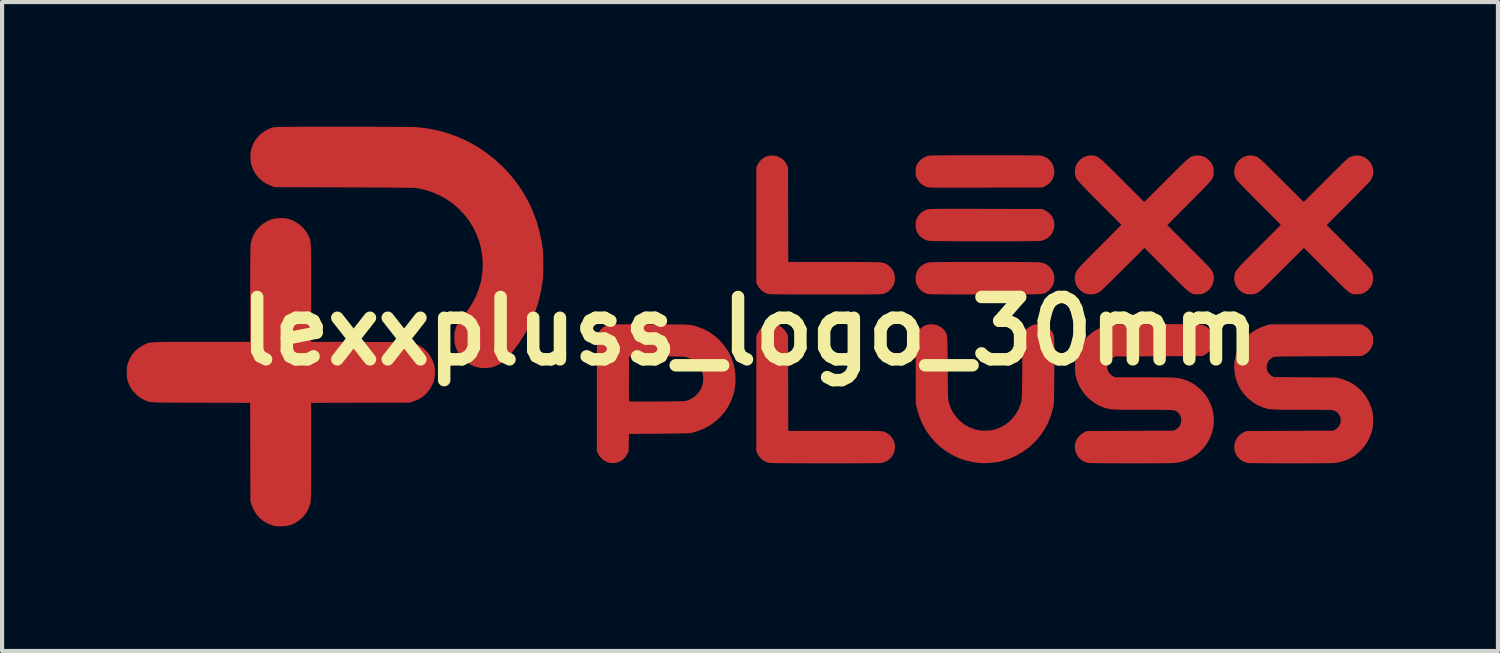
<source format=kicad_pcb>
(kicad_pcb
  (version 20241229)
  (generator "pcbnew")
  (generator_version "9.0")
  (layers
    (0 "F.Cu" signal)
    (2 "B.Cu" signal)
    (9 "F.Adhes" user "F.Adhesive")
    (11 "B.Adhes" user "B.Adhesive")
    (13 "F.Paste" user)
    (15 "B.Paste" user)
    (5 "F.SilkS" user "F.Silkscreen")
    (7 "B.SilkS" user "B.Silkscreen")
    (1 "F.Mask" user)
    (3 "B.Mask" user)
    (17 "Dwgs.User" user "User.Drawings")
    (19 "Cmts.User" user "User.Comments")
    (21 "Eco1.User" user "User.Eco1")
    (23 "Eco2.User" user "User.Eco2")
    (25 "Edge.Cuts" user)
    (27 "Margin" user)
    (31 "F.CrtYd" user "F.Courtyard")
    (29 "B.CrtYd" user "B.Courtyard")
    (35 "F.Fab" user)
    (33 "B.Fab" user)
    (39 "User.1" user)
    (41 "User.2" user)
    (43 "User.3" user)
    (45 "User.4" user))
  (footprint "lexxpluss_logo_30mm"
    (layer "F.Cu")
    (at 14.995 4.918)
    (property "Reference" "lexxpluss_logo_30mm" (at 0 0 0) (layer "F.SilkS") (effects (font (size 1.5 1.5) (thickness 0.3))))
    (attr board_only exclude_from_pos_files exclude_from_bom)
    (fp_poly (pts (xy 5.034 -2.943) (xy 5.174 -2.943) (xy 5.331 -2.943) (xy 5.506 -2.943) (xy 5.676 -2.942) (xy 7.034 -2.94) (xy 7.093 -2.912) (xy 7.172 -2.865) (xy 7.236 -2.807) (xy 7.283 -2.738) (xy 7.313 -2.66) (xy 7.325 -2.573) (xy 7.325 -2.529) (xy 7.31 -2.445) (xy 7.279 -2.369) (xy 7.232 -2.301) (xy 7.172 -2.245) (xy 7.1 -2.203) (xy 7.02 -2.176) (xy 6.999 -2.172) (xy 6.978 -2.17) (xy 6.937 -2.168) (xy 6.876 -2.167) (xy 6.795 -2.166) (xy 6.695 -2.165) (xy 6.575 -2.164) (xy 6.436 -2.163) (xy 6.277 -2.163) (xy 6.099 -2.162) (xy 5.902 -2.162) (xy 5.685 -2.162) (xy 5.641 -2.162) (xy 5.448 -2.162) (xy 5.274 -2.162) (xy 5.118 -2.163) (xy 4.979 -2.163) (xy 4.856 -2.164) (xy 4.748 -2.164) (xy 4.654 -2.165) (xy 4.573 -2.165) (xy 4.504 -2.166) (xy 4.446 -2.167) (xy 4.399 -2.169) (xy 4.361 -2.17) (xy 4.331 -2.171) (xy 4.308 -2.173) (xy 4.292 -2.175) (xy 4.285 -2.176) (xy 4.204 -2.204) (xy 4.132 -2.248) (xy 4.07 -2.307) (xy 4.023 -2.379) (xy 4.019 -2.387) (xy 3.998 -2.447) (xy 3.987 -2.517) (xy 3.986 -2.59) (xy 3.996 -2.658) (xy 4.005 -2.69) (xy 4.044 -2.766) (xy 4.098 -2.832) (xy 4.164 -2.884) (xy 4.24 -2.921) (xy 4.253 -2.925) (xy 4.263 -2.928) (xy 4.272 -2.93) (xy 4.284 -2.933) (xy 4.298 -2.935) (xy 4.315 -2.936) (xy 4.337 -2.938) (xy 4.365 -2.939) (xy 4.399 -2.94) (xy 4.441 -2.941) (xy 4.492 -2.942) (xy 4.552 -2.942) (xy 4.623 -2.943) (xy 4.706 -2.943) (xy 4.801 -2.943) (xy 4.91 -2.943)) (stroke (width 0) (type solid)) (fill yes) (layer "F.Cu"))
    (fp_poly (pts (xy 5.712 -4.234) (xy 5.855 -4.233) (xy 5.996 -4.233) (xy 6.134 -4.233) (xy 6.267 -4.232) (xy 6.393 -4.232) (xy 6.512 -4.231) (xy 6.621 -4.23) (xy 6.72 -4.229) (xy 6.806 -4.228) (xy 6.879 -4.227) (xy 6.937 -4.226) (xy 6.978 -4.224) (xy 7.001 -4.223) (xy 7.004 -4.223) (xy 7.077 -4.203) (xy 7.14 -4.171) (xy 7.201 -4.124) (xy 7.203 -4.122) (xy 7.259 -4.059) (xy 7.298 -3.986) (xy 7.321 -3.908) (xy 7.327 -3.826) (xy 7.315 -3.745) (xy 7.287 -3.667) (xy 7.26 -3.621) (xy 7.215 -3.565) (xy 7.161 -3.521) (xy 7.093 -3.483) (xy 7.092 -3.482) (xy 7.034 -3.455) (xy 5.671 -3.453) (xy 5.479 -3.453) (xy 5.306 -3.453) (xy 5.151 -3.452) (xy 5.012 -3.452) (xy 4.89 -3.452) (xy 4.782 -3.452) (xy 4.687 -3.453) (xy 4.606 -3.453) (xy 4.536 -3.453) (xy 4.477 -3.454) (xy 4.427 -3.455) (xy 4.386 -3.456) (xy 4.352 -3.457) (xy 4.326 -3.458) (xy 4.304 -3.46) (xy 4.288 -3.462) (xy 4.274 -3.464) (xy 4.264 -3.466) (xy 4.254 -3.468) (xy 4.248 -3.47) (xy 4.173 -3.505) (xy 4.106 -3.555) (xy 4.051 -3.619) (xy 4.01 -3.694) (xy 4.005 -3.705) (xy 3.994 -3.738) (xy 3.988 -3.769) (xy 3.986 -3.805) (xy 3.987 -3.854) (xy 3.987 -3.857) (xy 3.99 -3.907) (xy 3.995 -3.944) (xy 4.004 -3.975) (xy 4.018 -4.007) (xy 4.019 -4.009) (xy 4.065 -4.08) (xy 4.125 -4.14) (xy 4.196 -4.186) (xy 4.275 -4.217) (xy 4.308 -4.224) (xy 4.327 -4.225) (xy 4.365 -4.226) (xy 4.419 -4.228) (xy 4.488 -4.229) (xy 4.572 -4.23) (xy 4.668 -4.231) (xy 4.775 -4.231) (xy 4.892 -4.232) (xy 5.017 -4.233) (xy 5.148 -4.233) (xy 5.285 -4.233) (xy 5.425 -4.234) (xy 5.568 -4.234)) (stroke (width 0) (type solid)) (fill yes) (layer "F.Cu"))
    (fp_poly (pts (xy 0.643 -4.212) (xy 0.714 -4.183) (xy 0.78 -4.141) (xy 0.837 -4.084) (xy 0.883 -4.012) (xy 0.89 -3.998) (xy 0.917 -3.941) (xy 0.92 -2.803) (xy 0.922 -1.666) (xy 2.01 -1.665) (xy 2.204 -1.665) (xy 2.381 -1.665) (xy 2.54 -1.665) (xy 2.683 -1.664) (xy 2.807 -1.663) (xy 2.914 -1.662) (xy 3.002 -1.661) (xy 3.072 -1.659) (xy 3.122 -1.658) (xy 3.154 -1.656) (xy 3.162 -1.655) (xy 3.245 -1.632) (xy 3.321 -1.591) (xy 3.386 -1.536) (xy 3.438 -1.467) (xy 3.458 -1.43) (xy 3.478 -1.369) (xy 3.488 -1.298) (xy 3.488 -1.226) (xy 3.477 -1.16) (xy 3.476 -1.158) (xy 3.445 -1.086) (xy 3.398 -1.02) (xy 3.339 -0.963) (xy 3.27 -0.921) (xy 3.224 -0.902) (xy 3.214 -0.899) (xy 3.204 -0.897) (xy 3.193 -0.894) (xy 3.179 -0.892) (xy 3.161 -0.891) (xy 3.138 -0.889) (xy 3.11 -0.888) (xy 3.075 -0.887) (xy 3.032 -0.886) (xy 2.981 -0.885) (xy 2.919 -0.884) (xy 2.847 -0.884) (xy 2.763 -0.883) (xy 2.666 -0.883) (xy 2.555 -0.883) (xy 2.429 -0.883) (xy 2.287 -0.883) (xy 2.127 -0.883) (xy 1.95 -0.883) (xy 1.816 -0.883) (xy 1.625 -0.883) (xy 1.453 -0.883) (xy 1.298 -0.883) (xy 1.161 -0.883) (xy 1.039 -0.884) (xy 0.932 -0.884) (xy 0.838 -0.884) (xy 0.758 -0.885) (xy 0.689 -0.886) (xy 0.63 -0.886) (xy 0.581 -0.887) (xy 0.541 -0.888) (xy 0.508 -0.89) (xy 0.482 -0.891) (xy 0.462 -0.893) (xy 0.446 -0.895) (xy 0.433 -0.897) (xy 0.423 -0.899) (xy 0.415 -0.901) (xy 0.338 -0.936) (xy 0.269 -0.987) (xy 0.213 -1.053) (xy 0.176 -1.116) (xy 0.154 -1.165) (xy 0.154 -2.553) (xy 0.154 -3.941) (xy 0.184 -4.005) (xy 0.229 -4.078) (xy 0.284 -4.137) (xy 0.348 -4.181) (xy 0.419 -4.21) (xy 0.493 -4.225) (xy 0.568 -4.226)) (stroke (width 0) (type solid)) (fill yes) (layer "F.Cu"))
    (fp_poly (pts (xy 0.584 -0.163) (xy 0.619 -0.16) (xy 0.647 -0.155) (xy 0.672 -0.146) (xy 0.699 -0.134) (xy 0.764 -0.093) (xy 0.824 -0.038) (xy 0.872 0.025) (xy 0.888 0.055) (xy 0.917 0.114) (xy 0.92 1.257) (xy 0.922 2.399) (xy 2.041 2.399) (xy 2.214 2.399) (xy 2.369 2.399) (xy 2.505 2.399) (xy 2.626 2.4) (xy 2.731 2.4) (xy 2.822 2.4) (xy 2.899 2.401) (xy 2.965 2.401) (xy 3.021 2.402) (xy 3.067 2.403) (xy 3.104 2.404) (xy 3.134 2.405) (xy 3.158 2.407) (xy 3.177 2.409) (xy 3.192 2.411) (xy 3.204 2.413) (xy 3.215 2.416) (xy 3.224 2.419) (xy 3.299 2.452) (xy 3.366 2.503) (xy 3.422 2.567) (xy 3.423 2.568) (xy 3.459 2.631) (xy 3.481 2.696) (xy 3.489 2.769) (xy 3.488 2.809) (xy 3.477 2.889) (xy 3.452 2.96) (xy 3.409 3.025) (xy 3.381 3.057) (xy 3.316 3.113) (xy 3.241 3.151) (xy 3.156 3.172) (xy 3.137 3.174) (xy 3.1 3.175) (xy 3.046 3.176) (xy 2.976 3.177) (xy 2.893 3.178) (xy 2.796 3.178) (xy 2.689 3.179) (xy 2.573 3.18) (xy 2.448 3.18) (xy 2.316 3.181) (xy 2.179 3.181) (xy 2.039 3.181) (xy 1.896 3.181) (xy 1.753 3.181) (xy 1.61 3.181) (xy 1.469 3.181) (xy 1.331 3.18) (xy 1.199 3.18) (xy 1.073 3.179) (xy 0.955 3.179) (xy 0.847 3.178) (xy 0.749 3.177) (xy 0.664 3.176) (xy 0.592 3.175) (xy 0.536 3.174) (xy 0.496 3.173) (xy 0.475 3.172) (xy 0.474 3.172) (xy 0.397 3.151) (xy 0.324 3.113) (xy 0.26 3.06) (xy 0.207 2.995) (xy 0.18 2.947) (xy 0.154 2.89) (xy 0.154 1.502) (xy 0.154 0.114) (xy 0.186 0.048) (xy 0.232 -0.023) (xy 0.293 -0.084) (xy 0.368 -0.133) (xy 0.375 -0.136) (xy 0.403 -0.149) (xy 0.427 -0.157) (xy 0.455 -0.161) (xy 0.491 -0.163) (xy 0.535 -0.163)) (stroke (width 0) (type solid)) (fill yes) (layer "F.Cu"))
    (fp_poly (pts (xy 5.723 -1.666) (xy 5.867 -1.666) (xy 6.008 -1.665) (xy 6.145 -1.665) (xy 6.277 -1.665) (xy 6.403 -1.664) (xy 6.521 -1.663) (xy 6.629 -1.662) (xy 6.727 -1.662) (xy 6.812 -1.66) (xy 6.883 -1.659) (xy 6.939 -1.658) (xy 6.978 -1.657) (xy 6.998 -1.655) (xy 6.999 -1.655) (xy 7.078 -1.633) (xy 7.153 -1.594) (xy 7.217 -1.541) (xy 7.223 -1.535) (xy 7.273 -1.468) (xy 7.307 -1.393) (xy 7.324 -1.315) (xy 7.325 -1.235) (xy 7.31 -1.157) (xy 7.279 -1.083) (xy 7.233 -1.016) (xy 7.172 -0.96) (xy 7.158 -0.95) (xy 7.144 -0.941) (xy 7.132 -0.932) (xy 7.121 -0.925) (xy 7.108 -0.918) (xy 7.095 -0.912) (xy 7.078 -0.906) (xy 7.058 -0.902) (xy 7.034 -0.898) (xy 7.004 -0.894) (xy 6.967 -0.892) (xy 6.922 -0.889) (xy 6.869 -0.887) (xy 6.806 -0.886) (xy 6.732 -0.885) (xy 6.647 -0.884) (xy 6.548 -0.883) (xy 6.436 -0.883) (xy 6.309 -0.883) (xy 6.166 -0.883) (xy 6.007 -0.883) (xy 5.829 -0.883) (xy 5.65 -0.883) (xy 5.46 -0.883) (xy 5.288 -0.883) (xy 5.135 -0.883) (xy 4.998 -0.883) (xy 4.876 -0.884) (xy 4.77 -0.884) (xy 4.677 -0.884) (xy 4.596 -0.885) (xy 4.527 -0.885) (xy 4.469 -0.886) (xy 4.421 -0.887) (xy 4.381 -0.888) (xy 4.348 -0.889) (xy 4.322 -0.891) (xy 4.301 -0.892) (xy 4.285 -0.894) (xy 4.272 -0.896) (xy 4.261 -0.899) (xy 4.252 -0.901) (xy 4.248 -0.903) (xy 4.173 -0.937) (xy 4.106 -0.987) (xy 4.051 -1.051) (xy 4.01 -1.125) (xy 4.005 -1.137) (xy 3.99 -1.2) (xy 3.985 -1.272) (xy 3.991 -1.345) (xy 4.008 -1.413) (xy 4.019 -1.44) (xy 4.064 -1.512) (xy 4.124 -1.572) (xy 4.196 -1.618) (xy 4.276 -1.648) (xy 4.313 -1.655) (xy 4.332 -1.657) (xy 4.37 -1.658) (xy 4.425 -1.659) (xy 4.495 -1.661) (xy 4.579 -1.662) (xy 4.676 -1.663) (xy 4.784 -1.663) (xy 4.901 -1.664) (xy 5.026 -1.665) (xy 5.158 -1.665) (xy 5.296 -1.665) (xy 5.436 -1.666) (xy 5.58 -1.666)) (stroke (width 0) (type solid)) (fill yes) (layer "F.Cu"))
    (fp_poly (pts (xy -2.141 -0.164) (xy -2.013 -0.163) (xy -1.901 -0.163) (xy -1.804 -0.163) (xy -1.72 -0.162) (xy -1.648 -0.161) (xy -1.586 -0.159) (xy -1.534 -0.157) (xy -1.489 -0.154) (xy -1.451 -0.151) (xy -1.418 -0.147) (xy -1.389 -0.142) (xy -1.363 -0.137) (xy -1.338 -0.13) (xy -1.313 -0.123) (xy -1.287 -0.115) (xy -1.258 -0.105) (xy -1.253 -0.104) (xy -1.114 -0.05) (xy -0.986 0.017) (xy -0.865 0.101) (xy -0.749 0.202) (xy -0.733 0.218) (xy -0.625 0.339) (xy -0.533 0.47) (xy -0.459 0.611) (xy -0.402 0.76) (xy -0.385 0.82) (xy -0.365 0.919) (xy -0.352 1.029) (xy -0.347 1.144) (xy -0.349 1.257) (xy -0.36 1.36) (xy -0.362 1.369) (xy -0.397 1.526) (xy -0.451 1.674) (xy -0.521 1.813) (xy -0.606 1.942) (xy -0.707 2.06) (xy -0.821 2.165) (xy -0.948 2.258) (xy -1.088 2.336) (xy -1.238 2.4) (xy -1.393 2.446) (xy -1.408 2.449) (xy -1.427 2.452) (xy -1.449 2.454) (xy -1.477 2.456) (xy -1.513 2.458) (xy -1.557 2.46) (xy -1.612 2.461) (xy -1.678 2.463) (xy -1.757 2.464) (xy -1.851 2.465) (xy -1.96 2.466) (xy -2.087 2.467) (xy -2.186 2.468) (xy -2.91 2.474) (xy -2.915 2.687) (xy -2.92 2.9) (xy -2.951 2.959) (xy -3.001 3.035) (xy -3.063 3.096) (xy -3.135 3.14) (xy -3.215 3.167) (xy -3.302 3.176) (xy -3.364 3.171) (xy -3.438 3.151) (xy -3.508 3.114) (xy -3.572 3.063) (xy -3.625 3.001) (xy -3.657 2.947) (xy -3.683 2.89) (xy -3.683 1.502) (xy -3.683 1.424) (xy -2.913 1.424) (xy -2.913 1.502) (xy -2.912 1.568) (xy -2.912 1.621) (xy -2.911 1.659) (xy -2.91 1.68) (xy -2.91 1.683) (xy -2.906 1.686) (xy -2.894 1.688) (xy -2.874 1.69) (xy -2.844 1.691) (xy -2.804 1.693) (xy -2.751 1.693) (xy -2.684 1.694) (xy -2.603 1.694) (xy -2.506 1.694) (xy -2.392 1.694) (xy -2.26 1.693) (xy -2.238 1.693) (xy -2.106 1.692) (xy -1.992 1.692) (xy -1.895 1.691) (xy -1.813 1.69) (xy -1.745 1.689) (xy -1.689 1.688) (xy -1.644 1.687) (xy -1.608 1.685) (xy -1.58 1.683) (xy -1.559 1.681) (xy -1.542 1.678) (xy -1.528 1.675) (xy -1.517 1.672) (xy -1.418 1.63) (xy -1.331 1.573) (xy -1.257 1.503) (xy -1.198 1.422) (xy -1.155 1.331) (xy -1.129 1.232) (xy -1.129 1.227) (xy -1.123 1.128) (xy -1.136 1.032) (xy -1.166 0.941) (xy -1.212 0.857) (xy -1.273 0.781) (xy -1.347 0.716) (xy -1.432 0.663) (xy -1.522 0.628) (xy -1.535 0.624) (xy -1.549 0.621) (xy -1.566 0.619) (xy -1.588 0.616) (xy -1.615 0.615) (xy -1.651 0.613) (xy -1.695 0.612) (xy -1.75 0.611) (xy -1.816 0.611) (xy -1.897 0.61) (xy -1.993 0.61) (xy -2.105 0.61) (xy -2.235 0.61) (xy -2.246 0.61) (xy -2.91 0.61) (xy -2.912 1.14) (xy -2.913 1.241) (xy -2.913 1.336) (xy -2.913 1.424) (xy -3.683 1.424) (xy -3.683 0.114) (xy -3.654 0.055) (xy -3.612 -0.011) (xy -3.557 -0.071) (xy -3.493 -0.119) (xy -3.465 -0.134) (xy -3.406 -0.164) (xy -2.449 -0.164) (xy -2.285 -0.164)) (stroke (width 0) (type solid)) (fill yes) (layer "F.Cu"))
    (fp_poly (pts (xy 4.442 -0.161) (xy 4.52 -0.138) (xy 4.593 -0.1) (xy 4.655 -0.047) (xy 4.684 -0.012) (xy 4.697 0.004) (xy 4.707 0.019) (xy 4.717 0.034) (xy 4.725 0.049) (xy 4.732 0.067) (xy 4.737 0.088) (xy 4.742 0.115) (xy 4.746 0.148) (xy 4.749 0.189) (xy 4.751 0.24) (xy 4.753 0.301) (xy 4.754 0.374) (xy 4.756 0.462) (xy 4.757 0.564) (xy 4.758 0.682) (xy 4.758 0.818) (xy 4.759 0.882) (xy 4.76 1.023) (xy 4.761 1.145) (xy 4.762 1.251) (xy 4.763 1.341) (xy 4.764 1.417) (xy 4.765 1.48) (xy 4.766 1.532) (xy 4.767 1.574) (xy 4.769 1.609) (xy 4.771 1.636) (xy 4.773 1.658) (xy 4.776 1.676) (xy 4.779 1.692) (xy 4.783 1.707) (xy 4.787 1.72) (xy 4.832 1.85) (xy 4.894 1.969) (xy 4.971 2.075) (xy 5.062 2.169) (xy 5.166 2.249) (xy 5.282 2.314) (xy 5.409 2.362) (xy 5.459 2.376) (xy 5.52 2.387) (xy 5.594 2.393) (xy 5.674 2.394) (xy 5.754 2.39) (xy 5.826 2.381) (xy 5.874 2.371) (xy 6.001 2.327) (xy 6.118 2.266) (xy 6.224 2.19) (xy 6.317 2.1) (xy 6.397 1.996) (xy 6.462 1.881) (xy 6.512 1.755) (xy 6.531 1.686) (xy 6.534 1.671) (xy 6.537 1.652) (xy 6.539 1.627) (xy 6.541 1.596) (xy 6.543 1.556) (xy 6.545 1.506) (xy 6.546 1.445) (xy 6.547 1.372) (xy 6.549 1.285) (xy 6.55 1.183) (xy 6.551 1.065) (xy 6.552 0.928) (xy 6.552 0.867) (xy 6.558 0.114) (xy 6.585 0.057) (xy 6.607 0.018) (xy 6.636 -0.023) (xy 6.658 -0.049) (xy 6.721 -0.103) (xy 6.793 -0.141) (xy 6.869 -0.163) (xy 6.948 -0.168) (xy 7.027 -0.158) (xy 7.102 -0.132) (xy 7.172 -0.091) (xy 7.232 -0.035) (xy 7.258 -0.003) (xy 7.27 0.015) (xy 7.281 0.03) (xy 7.29 0.046) (xy 7.298 0.062) (xy 7.305 0.081) (xy 7.311 0.104) (xy 7.315 0.132) (xy 7.319 0.166) (xy 7.321 0.208) (xy 7.323 0.26) (xy 7.325 0.322) (xy 7.325 0.396) (xy 7.326 0.484) (xy 7.325 0.587) (xy 7.325 0.705) (xy 7.324 0.841) (xy 7.324 0.943) (xy 7.323 1.087) (xy 7.322 1.212) (xy 7.322 1.321) (xy 7.321 1.414) (xy 7.32 1.493) (xy 7.319 1.56) (xy 7.318 1.615) (xy 7.317 1.661) (xy 7.315 1.698) (xy 7.313 1.728) (xy 7.311 1.754) (xy 7.309 1.775) (xy 7.306 1.794) (xy 7.302 1.811) (xy 7.299 1.824) (xy 7.251 2.005) (xy 7.188 2.174) (xy 7.109 2.331) (xy 7.014 2.478) (xy 6.902 2.616) (xy 6.795 2.725) (xy 6.671 2.83) (xy 6.536 2.924) (xy 6.391 3.004) (xy 6.241 3.07) (xy 6.087 3.121) (xy 5.933 3.154) (xy 5.824 3.167) (xy 5.756 3.172) (xy 5.704 3.175) (xy 5.661 3.177) (xy 5.623 3.177) (xy 5.585 3.176) (xy 5.541 3.173) (xy 5.527 3.172) (xy 5.349 3.149) (xy 5.178 3.108) (xy 5.014 3.05) (xy 4.858 2.975) (xy 4.711 2.885) (xy 4.574 2.781) (xy 4.449 2.662) (xy 4.336 2.532) (xy 4.236 2.389) (xy 4.151 2.235) (xy 4.081 2.072) (xy 4.028 1.9) (xy 4.014 1.838) (xy 3.99 1.73) (xy 3.99 0.922) (xy 3.99 0.114) (xy 4.017 0.057) (xy 4.06 -0.013) (xy 4.117 -0.074) (xy 4.184 -0.122) (xy 4.201 -0.131) (xy 4.279 -0.158) (xy 4.36 -0.168)) (stroke (width 0) (type solid)) (fill yes) (layer "F.Cu"))
    (fp_poly (pts (xy 14.674 -4.223) (xy 14.746 -4.203) (xy 14.813 -4.17) (xy 14.871 -4.125) (xy 14.921 -4.071) (xy 14.96 -4.008) (xy 14.986 -3.939) (xy 14.999 -3.865) (xy 14.996 -3.788) (xy 14.977 -3.709) (xy 14.945 -3.641) (xy 14.933 -3.624) (xy 14.906 -3.594) (xy 14.867 -3.552) (xy 14.816 -3.497) (xy 14.752 -3.432) (xy 14.678 -3.355) (xy 14.593 -3.269) (xy 14.498 -3.173) (xy 14.399 -3.073) (xy 13.88 -2.553) (xy 14.396 -2.037) (xy 14.48 -1.952) (xy 14.562 -1.871) (xy 14.638 -1.793) (xy 14.709 -1.721) (xy 14.772 -1.656) (xy 14.827 -1.599) (xy 14.873 -1.552) (xy 14.908 -1.514) (xy 14.931 -1.489) (xy 14.941 -1.477) (xy 14.959 -1.442) (xy 14.977 -1.399) (xy 14.986 -1.368) (xy 14.998 -1.282) (xy 14.992 -1.199) (xy 14.968 -1.12) (xy 14.927 -1.048) (xy 14.871 -0.985) (xy 14.8 -0.934) (xy 14.774 -0.92) (xy 14.742 -0.905) (xy 14.715 -0.895) (xy 14.688 -0.89) (xy 14.654 -0.888) (xy 14.608 -0.887) (xy 14.579 -0.887) (xy 14.554 -0.887) (xy 14.53 -0.889) (xy 14.508 -0.893) (xy 14.485 -0.899) (xy 14.461 -0.91) (xy 14.435 -0.925) (xy 14.405 -0.946) (xy 14.371 -0.974) (xy 14.331 -1.008) (xy 14.285 -1.051) (xy 14.23 -1.104) (xy 14.167 -1.166) (xy 14.093 -1.239) (xy 14.008 -1.324) (xy 13.911 -1.421) (xy 13.855 -1.477) (xy 13.33 -2.002) (xy 12.804 -1.478) (xy 12.705 -1.379) (xy 12.619 -1.294) (xy 12.544 -1.22) (xy 12.48 -1.157) (xy 12.426 -1.104) (xy 12.381 -1.06) (xy 12.343 -1.025) (xy 12.312 -0.996) (xy 12.287 -0.974) (xy 12.266 -0.957) (xy 12.248 -0.944) (xy 12.233 -0.934) (xy 12.219 -0.926) (xy 12.211 -0.922) (xy 12.17 -0.903) (xy 12.134 -0.893) (xy 12.094 -0.887) (xy 12.062 -0.886) (xy 12.014 -0.886) (xy 11.969 -0.889) (xy 11.936 -0.895) (xy 11.859 -0.927) (xy 11.792 -0.973) (xy 11.736 -1.032) (xy 11.693 -1.101) (xy 11.664 -1.176) (xy 11.652 -1.256) (xy 11.658 -1.338) (xy 11.659 -1.344) (xy 11.664 -1.366) (xy 11.669 -1.386) (xy 11.675 -1.406) (xy 11.684 -1.426) (xy 11.696 -1.447) (xy 11.712 -1.471) (xy 11.733 -1.498) (xy 11.76 -1.531) (xy 11.794 -1.569) (xy 11.836 -1.614) (xy 11.887 -1.666) (xy 11.948 -1.729) (xy 12.019 -1.801) (xy 12.102 -1.884) (xy 12.198 -1.98) (xy 12.247 -2.03) (xy 12.774 -2.558) (xy 12.243 -3.091) (xy 12.136 -3.198) (xy 12.043 -3.292) (xy 11.963 -3.373) (xy 11.894 -3.443) (xy 11.837 -3.502) (xy 11.79 -3.551) (xy 11.753 -3.591) (xy 11.725 -3.623) (xy 11.706 -3.646) (xy 11.694 -3.663) (xy 11.69 -3.669) (xy 11.662 -3.751) (xy 11.652 -3.833) (xy 11.659 -3.913) (xy 11.683 -3.989) (xy 11.721 -4.059) (xy 11.773 -4.119) (xy 11.837 -4.169) (xy 11.912 -4.205) (xy 11.986 -4.224) (xy 12.064 -4.228) (xy 12.145 -4.214) (xy 12.207 -4.192) (xy 12.218 -4.187) (xy 12.231 -4.178) (xy 12.248 -4.166) (xy 12.269 -4.149) (xy 12.295 -4.126) (xy 12.327 -4.097) (xy 12.366 -4.06) (xy 12.413 -4.014) (xy 12.47 -3.959) (xy 12.536 -3.893) (xy 12.614 -3.816) (xy 12.704 -3.727) (xy 12.792 -3.64) (xy 13.325 -3.109) (xy 13.853 -3.635) (xy 13.954 -3.736) (xy 14.043 -3.824) (xy 14.12 -3.9) (xy 14.186 -3.965) (xy 14.241 -4.019) (xy 14.288 -4.064) (xy 14.327 -4.1) (xy 14.358 -4.129) (xy 14.384 -4.151) (xy 14.404 -4.167) (xy 14.42 -4.179) (xy 14.433 -4.187) (xy 14.436 -4.188) (xy 14.517 -4.217) (xy 14.597 -4.228)) (stroke (width 0) (type solid)) (fill yes) (layer "F.Cu"))
    (fp_poly (pts (xy -9.511 -4.918) (xy -9.277 -4.918) (xy -9.062 -4.918) (xy -8.867 -4.917) (xy -8.692 -4.916) (xy -8.536 -4.916) (xy -8.4 -4.915) (xy -8.283 -4.914) (xy -8.186 -4.913) (xy -8.108 -4.911) (xy -8.049 -4.91) (xy -8.01 -4.908) (xy -7.996 -4.907) (xy -7.738 -4.874) (xy -7.487 -4.823) (xy -7.242 -4.753) (xy -7.005 -4.665) (xy -6.777 -4.559) (xy -6.556 -4.435) (xy -6.345 -4.294) (xy -6.144 -4.136) (xy -5.953 -3.961) (xy -5.938 -3.946) (xy -5.762 -3.756) (xy -5.603 -3.557) (xy -5.461 -3.348) (xy -5.337 -3.129) (xy -5.23 -2.9) (xy -5.14 -2.663) (xy -5.068 -2.416) (xy -5.013 -2.159) (xy -4.99 -2.013) (xy -4.983 -1.943) (xy -4.977 -1.859) (xy -4.974 -1.764) (xy -4.972 -1.662) (xy -4.971 -1.557) (xy -4.973 -1.455) (xy -4.976 -1.358) (xy -4.981 -1.272) (xy -4.988 -1.201) (xy -4.99 -1.19) (xy -5.035 -0.93) (xy -5.096 -0.68) (xy -5.175 -0.441) (xy -5.27 -0.21) (xy -5.383 0.012) (xy -5.514 0.225) (xy -5.663 0.432) (xy -5.727 0.513) (xy -5.789 0.587) (xy -5.842 0.647) (xy -5.889 0.694) (xy -5.932 0.733) (xy -5.974 0.764) (xy -6.017 0.79) (xy -6.048 0.806) (xy -6.095 0.828) (xy -6.143 0.848) (xy -6.184 0.863) (xy -6.201 0.868) (xy -6.256 0.878) (xy -6.322 0.885) (xy -6.391 0.888) (xy -6.455 0.886) (xy -6.495 0.882) (xy -6.611 0.854) (xy -6.718 0.809) (xy -6.817 0.747) (xy -6.904 0.671) (xy -6.979 0.582) (xy -7.04 0.481) (xy -7.085 0.37) (xy -7.091 0.35) (xy -7.101 0.309) (xy -7.108 0.27) (xy -7.111 0.225) (xy -7.112 0.168) (xy -7.112 0.149) (xy -7.111 0.094) (xy -7.109 0.052) (xy -7.105 0.018) (xy -7.097 -0.016) (xy -7.084 -0.057) (xy -7.079 -0.072) (xy -7.053 -0.14) (xy -7.019 -0.204) (xy -6.976 -0.271) (xy -6.92 -0.342) (xy -6.877 -0.393) (xy -6.774 -0.525) (xy -6.681 -0.67) (xy -6.6 -0.826) (xy -6.534 -0.988) (xy -6.483 -1.153) (xy -6.465 -1.234) (xy -6.437 -1.422) (xy -6.429 -1.609) (xy -6.439 -1.796) (xy -6.468 -1.979) (xy -6.515 -2.158) (xy -6.579 -2.332) (xy -6.661 -2.499) (xy -6.759 -2.657) (xy -6.874 -2.806) (xy -7.002 -2.94) (xy -7.144 -3.064) (xy -7.297 -3.172) (xy -7.459 -3.263) (xy -7.627 -3.337) (xy -7.8 -3.393) (xy -7.911 -3.419) (xy -7.959 -3.428) (xy -8.002 -3.436) (xy -8.036 -3.443) (xy -8.05 -3.446) (xy -8.064 -3.447) (xy -8.096 -3.448) (xy -8.146 -3.448) (xy -8.213 -3.449) (xy -8.295 -3.45) (xy -8.392 -3.451) (xy -8.503 -3.452) (xy -8.626 -3.453) (xy -8.76 -3.454) (xy -8.905 -3.455) (xy -9.059 -3.456) (xy -9.221 -3.457) (xy -9.391 -3.458) (xy -9.567 -3.458) (xy -9.748 -3.459) (xy -9.76 -3.459) (xy -11.436 -3.465) (xy -11.515 -3.493) (xy -11.629 -3.543) (xy -11.731 -3.608) (xy -11.82 -3.687) (xy -11.894 -3.779) (xy -11.953 -3.883) (xy -11.996 -3.997) (xy -11.998 -4.002) (xy -12.012 -4.074) (xy -12.019 -4.156) (xy -12.019 -4.241) (xy -12.011 -4.322) (xy -12.002 -4.367) (xy -11.966 -4.477) (xy -11.912 -4.579) (xy -11.843 -4.672) (xy -11.761 -4.753) (xy -11.667 -4.82) (xy -11.564 -4.872) (xy -11.49 -4.897) (xy -11.481 -4.9) (xy -11.471 -4.902) (xy -11.46 -4.905) (xy -11.447 -4.906) (xy -11.432 -4.908) (xy -11.412 -4.91) (xy -11.388 -4.911) (xy -11.358 -4.912) (xy -11.322 -4.914) (xy -11.278 -4.914) (xy -11.226 -4.915) (xy -11.164 -4.916) (xy -11.092 -4.916) (xy -11.009 -4.917) (xy -10.913 -4.917) (xy -10.805 -4.918) (xy -10.682 -4.918) (xy -10.545 -4.918) (xy -10.392 -4.918) (xy -10.222 -4.918) (xy -10.034 -4.918) (xy -9.828 -4.918) (xy -9.765 -4.918)) (stroke (width 0) (type solid)) (fill yes) (layer "F.Cu"))
    (fp_poly (pts (xy 10.88 -4.213) (xy 10.957 -4.182) (xy 11.025 -4.135) (xy 11.083 -4.075) (xy 11.126 -4.006) (xy 11.141 -3.974) (xy 11.15 -3.947) (xy 11.156 -3.919) (xy 11.158 -3.883) (xy 11.158 -3.842) (xy 11.158 -3.812) (xy 11.158 -3.785) (xy 11.157 -3.761) (xy 11.154 -3.738) (xy 11.147 -3.716) (xy 11.137 -3.692) (xy 11.123 -3.666) (xy 11.102 -3.637) (xy 11.076 -3.603) (xy 11.042 -3.564) (xy 11 -3.518) (xy 10.949 -3.464) (xy 10.888 -3.401) (xy 10.816 -3.329) (xy 10.733 -3.245) (xy 10.637 -3.149) (xy 10.572 -3.083) (xy 10.043 -2.553) (xy 10.559 -2.037) (xy 10.644 -1.952) (xy 10.725 -1.871) (xy 10.801 -1.793) (xy 10.872 -1.722) (xy 10.935 -1.657) (xy 10.99 -1.6) (xy 11.036 -1.552) (xy 11.071 -1.515) (xy 11.094 -1.489) (xy 11.103 -1.477) (xy 11.141 -1.402) (xy 11.16 -1.323) (xy 11.162 -1.243) (xy 11.147 -1.165) (xy 11.117 -1.091) (xy 11.072 -1.024) (xy 11.014 -0.966) (xy 10.942 -0.921) (xy 10.937 -0.919) (xy 10.904 -0.904) (xy 10.877 -0.895) (xy 10.849 -0.89) (xy 10.812 -0.888) (xy 10.771 -0.887) (xy 10.743 -0.887) (xy 10.717 -0.887) (xy 10.693 -0.889) (xy 10.671 -0.893) (xy 10.648 -0.899) (xy 10.624 -0.91) (xy 10.598 -0.925) (xy 10.569 -0.946) (xy 10.534 -0.974) (xy 10.495 -1.008) (xy 10.448 -1.051) (xy 10.393 -1.104) (xy 10.33 -1.166) (xy 10.256 -1.239) (xy 10.171 -1.324) (xy 10.074 -1.421) (xy 10.018 -1.477) (xy 9.493 -2.002) (xy 8.963 -1.474) (xy 8.863 -1.375) (xy 8.776 -1.289) (xy 8.702 -1.215) (xy 8.638 -1.152) (xy 8.584 -1.099) (xy 8.539 -1.055) (xy 8.501 -1.02) (xy 8.47 -0.991) (xy 8.445 -0.969) (xy 8.425 -0.952) (xy 8.408 -0.94) (xy 8.393 -0.93) (xy 8.38 -0.923) (xy 8.368 -0.917) (xy 8.304 -0.897) (xy 8.233 -0.886) (xy 8.163 -0.885) (xy 8.1 -0.895) (xy 8.099 -0.895) (xy 8.029 -0.924) (xy 7.963 -0.969) (xy 7.905 -1.025) (xy 7.861 -1.089) (xy 7.854 -1.104) (xy 7.83 -1.172) (xy 7.818 -1.246) (xy 7.819 -1.317) (xy 7.822 -1.334) (xy 7.826 -1.358) (xy 7.831 -1.379) (xy 7.837 -1.399) (xy 7.845 -1.419) (xy 7.856 -1.441) (xy 7.871 -1.464) (xy 7.891 -1.491) (xy 7.917 -1.523) (xy 7.95 -1.56) (xy 7.991 -1.604) (xy 8.04 -1.656) (xy 8.1 -1.717) (xy 8.169 -1.787) (xy 8.251 -1.869) (xy 8.344 -1.963) (xy 8.411 -2.03) (xy 8.937 -2.558) (xy 8.41 -3.086) (xy 8.308 -3.188) (xy 8.219 -3.278) (xy 8.142 -3.356) (xy 8.076 -3.422) (xy 8.021 -3.48) (xy 7.974 -3.529) (xy 7.937 -3.57) (xy 7.906 -3.605) (xy 7.882 -3.635) (xy 7.864 -3.66) (xy 7.851 -3.683) (xy 7.841 -3.704) (xy 7.834 -3.724) (xy 7.829 -3.744) (xy 7.825 -3.765) (xy 7.822 -3.779) (xy 7.817 -3.862) (xy 7.83 -3.94) (xy 7.858 -4.014) (xy 7.901 -4.079) (xy 7.955 -4.135) (xy 8.019 -4.18) (xy 8.091 -4.211) (xy 8.169 -4.227) (xy 8.251 -4.226) (xy 8.271 -4.223) (xy 8.293 -4.219) (xy 8.313 -4.214) (xy 8.333 -4.208) (xy 8.353 -4.2) (xy 8.374 -4.189) (xy 8.398 -4.173) (xy 8.425 -4.152) (xy 8.457 -4.126) (xy 8.495 -4.092) (xy 8.539 -4.05) (xy 8.592 -4) (xy 8.654 -3.94) (xy 8.726 -3.869) (xy 8.809 -3.786) (xy 8.904 -3.691) (xy 8.96 -3.635) (xy 9.488 -3.108) (xy 10.016 -3.635) (xy 10.118 -3.737) (xy 10.208 -3.826) (xy 10.286 -3.904) (xy 10.353 -3.97) (xy 10.411 -4.025) (xy 10.46 -4.072) (xy 10.501 -4.109) (xy 10.536 -4.14) (xy 10.566 -4.164) (xy 10.592 -4.182) (xy 10.615 -4.196) (xy 10.636 -4.205) (xy 10.657 -4.212) (xy 10.677 -4.217) (xy 10.699 -4.221) (xy 10.716 -4.224) (xy 10.799 -4.228)) (stroke (width 0) (type solid)) (fill yes) (layer "F.Cu"))
    (fp_poly (pts (xy 14.774 -0.132) (xy 14.848 -0.087) (xy 14.909 -0.028) (xy 14.957 0.046) (xy 14.961 0.055) (xy 14.977 0.089) (xy 14.987 0.117) (xy 14.993 0.145) (xy 14.995 0.181) (xy 14.995 0.218) (xy 14.995 0.264) (xy 14.992 0.297) (xy 14.986 0.325) (xy 14.974 0.354) (xy 14.958 0.389) (xy 14.912 0.464) (xy 14.854 0.523) (xy 14.783 0.569) (xy 14.772 0.574) (xy 14.718 0.6) (xy 13.672 0.605) (xy 13.504 0.606) (xy 13.355 0.606) (xy 13.224 0.607) (xy 13.109 0.608) (xy 13.01 0.609) (xy 12.924 0.609) (xy 12.851 0.61) (xy 12.791 0.611) (xy 12.74 0.613) (xy 12.7 0.614) (xy 12.668 0.615) (xy 12.642 0.617) (xy 12.623 0.619) (xy 12.609 0.621) (xy 12.599 0.623) (xy 12.591 0.626) (xy 12.589 0.627) (xy 12.529 0.664) (xy 12.484 0.712) (xy 12.453 0.767) (xy 12.437 0.827) (xy 12.435 0.888) (xy 12.448 0.948) (xy 12.476 1.003) (xy 12.519 1.051) (xy 12.562 1.081) (xy 12.606 1.105) (xy 13.359 1.111) (xy 14.113 1.116) (xy 14.208 1.142) (xy 14.327 1.18) (xy 14.431 1.224) (xy 14.525 1.278) (xy 14.528 1.28) (xy 14.641 1.366) (xy 14.741 1.466) (xy 14.827 1.578) (xy 14.897 1.701) (xy 14.95 1.833) (xy 14.967 1.889) (xy 14.977 1.93) (xy 14.985 1.966) (xy 14.989 2.002) (xy 14.992 2.044) (xy 14.993 2.096) (xy 14.993 2.146) (xy 14.993 2.21) (xy 14.991 2.259) (xy 14.988 2.299) (xy 14.983 2.335) (xy 14.975 2.371) (xy 14.967 2.403) (xy 14.921 2.539) (xy 14.858 2.665) (xy 14.778 2.782) (xy 14.684 2.886) (xy 14.575 2.978) (xy 14.529 3.01) (xy 14.411 3.077) (xy 14.289 3.126) (xy 14.16 3.158) (xy 14.054 3.173) (xy 14.028 3.174) (xy 13.985 3.175) (xy 13.925 3.176) (xy 13.852 3.177) (xy 13.765 3.178) (xy 13.668 3.179) (xy 13.562 3.18) (xy 13.448 3.18) (xy 13.328 3.181) (xy 13.205 3.181) (xy 13.078 3.181) (xy 12.951 3.181) (xy 12.825 3.181) (xy 12.701 3.181) (xy 12.582 3.18) (xy 12.469 3.18) (xy 12.363 3.179) (xy 12.266 3.178) (xy 12.181 3.178) (xy 12.108 3.176) (xy 12.049 3.175) (xy 12.007 3.174) (xy 11.982 3.173) (xy 11.979 3.172) (xy 11.905 3.152) (xy 11.835 3.116) (xy 11.771 3.067) (xy 11.72 3.008) (xy 11.696 2.968) (xy 11.665 2.887) (xy 11.653 2.804) (xy 11.658 2.722) (xy 11.681 2.644) (xy 11.719 2.571) (xy 11.773 2.508) (xy 11.841 2.456) (xy 11.875 2.437) (xy 11.941 2.404) (xy 12.987 2.399) (xy 14.033 2.394) (xy 14.086 2.365) (xy 14.144 2.323) (xy 14.185 2.271) (xy 14.21 2.208) (xy 14.217 2.144) (xy 14.208 2.076) (xy 14.181 2.015) (xy 14.139 1.963) (xy 14.085 1.924) (xy 14.05 1.909) (xy 14.039 1.906) (xy 14.024 1.903) (xy 14.003 1.901) (xy 13.976 1.899) (xy 13.941 1.898) (xy 13.896 1.896) (xy 13.839 1.895) (xy 13.771 1.895) (xy 13.688 1.894) (xy 13.591 1.894) (xy 13.476 1.894) (xy 13.344 1.894) (xy 13.305 1.894) (xy 13.161 1.893) (xy 13.034 1.893) (xy 12.924 1.893) (xy 12.829 1.892) (xy 12.748 1.891) (xy 12.679 1.889) (xy 12.62 1.887) (xy 12.571 1.884) (xy 12.529 1.88) (xy 12.493 1.875) (xy 12.461 1.87) (xy 12.432 1.863) (xy 12.404 1.856) (xy 12.376 1.847) (xy 12.358 1.841) (xy 12.23 1.788) (xy 12.111 1.718) (xy 12.001 1.632) (xy 11.964 1.598) (xy 11.87 1.494) (xy 11.793 1.381) (xy 11.732 1.261) (xy 11.689 1.135) (xy 11.662 1.006) (xy 11.652 0.875) (xy 11.659 0.744) (xy 11.683 0.614) (xy 11.724 0.487) (xy 11.781 0.365) (xy 11.855 0.249) (xy 11.947 0.142) (xy 11.96 0.128) (xy 12.066 0.036) (xy 12.184 -0.04) (xy 12.313 -0.101) (xy 12.422 -0.137) (xy 12.517 -0.164) (xy 13.612 -0.164) (xy 14.708 -0.164)) (stroke (width 0) (type solid)) (fill yes) (layer "F.Cu"))
    (fp_poly (pts (xy -11.181 -2.715) (xy -11.118 -2.704) (xy -11.114 -2.703) (xy -11.003 -2.665) (xy -10.9 -2.609) (xy -10.806 -2.538) (xy -10.724 -2.454) (xy -10.656 -2.359) (xy -10.618 -2.287) (xy -10.609 -2.267) (xy -10.602 -2.25) (xy -10.595 -2.233) (xy -10.588 -2.215) (xy -10.583 -2.195) (xy -10.578 -2.173) (xy -10.574 -2.146) (xy -10.571 -2.115) (xy -10.568 -2.077) (xy -10.565 -2.032) (xy -10.563 -1.978) (xy -10.562 -1.915) (xy -10.561 -1.841) (xy -10.56 -1.755) (xy -10.559 -1.656) (xy -10.559 -1.543) (xy -10.559 -1.415) (xy -10.559 -1.27) (xy -10.559 -1.108) (xy -10.559 -0.927) (xy -10.559 -0.913) (xy -10.559 0.257) (xy -9.361 0.26) (xy -8.164 0.263) (xy -8.085 0.29) (xy -7.973 0.338) (xy -7.872 0.402) (xy -7.783 0.481) (xy -7.708 0.573) (xy -7.648 0.677) (xy -7.613 0.761) (xy -7.599 0.804) (xy -7.59 0.839) (xy -7.584 0.872) (xy -7.582 0.91) (xy -7.58 0.959) (xy -7.58 0.981) (xy -7.582 1.063) (xy -7.59 1.131) (xy -7.604 1.193) (xy -7.626 1.255) (xy -7.653 1.314) (xy -7.715 1.417) (xy -7.791 1.508) (xy -7.881 1.585) (xy -7.984 1.647) (xy -8.099 1.693) (xy -8.11 1.697) (xy -8.184 1.72) (xy -9.371 1.723) (xy -10.559 1.726) (xy -10.559 2.899) (xy -10.559 3.076) (xy -10.559 3.235) (xy -10.559 3.376) (xy -10.559 3.501) (xy -10.559 3.61) (xy -10.559 3.705) (xy -10.56 3.788) (xy -10.56 3.858) (xy -10.561 3.917) (xy -10.562 3.966) (xy -10.563 4.007) (xy -10.565 4.04) (xy -10.566 4.067) (xy -10.568 4.089) (xy -10.57 4.106) (xy -10.572 4.121) (xy -10.575 4.133) (xy -10.577 4.145) (xy -10.616 4.26) (xy -10.669 4.363) (xy -10.738 4.454) (xy -10.824 4.534) (xy -10.884 4.578) (xy -10.96 4.624) (xy -11.033 4.657) (xy -11.109 4.679) (xy -11.193 4.692) (xy -11.267 4.696) (xy -11.327 4.697) (xy -11.374 4.696) (xy -11.411 4.692) (xy -11.447 4.685) (xy -11.47 4.68) (xy -11.586 4.638) (xy -11.691 4.581) (xy -11.784 4.508) (xy -11.864 4.422) (xy -11.931 4.322) (xy -11.982 4.209) (xy -11.998 4.164) (xy -12.02 4.09) (xy -12.023 2.908) (xy -12.026 1.726) (xy -13.208 1.723) (xy -13.39 1.722) (xy -13.552 1.722) (xy -13.697 1.722) (xy -13.826 1.721) (xy -13.939 1.721) (xy -14.038 1.72) (xy -14.125 1.719) (xy -14.199 1.718) (xy -14.263 1.716) (xy -14.317 1.714) (xy -14.362 1.711) (xy -14.401 1.707) (xy -14.433 1.703) (xy -14.46 1.699) (xy -14.483 1.693) (xy -14.504 1.686) (xy -14.523 1.679) (xy -14.541 1.67) (xy -14.56 1.661) (xy -14.581 1.65) (xy -14.603 1.639) (xy -14.65 1.615) (xy -14.688 1.591) (xy -14.723 1.564) (xy -14.762 1.527) (xy -14.782 1.508) (xy -14.84 1.445) (xy -14.885 1.386) (xy -14.921 1.325) (xy -14.952 1.254) (xy -14.964 1.222) (xy -14.976 1.186) (xy -14.985 1.155) (xy -14.99 1.126) (xy -14.993 1.092) (xy -14.995 1.048) (xy -14.995 0.996) (xy -14.994 0.936) (xy -14.993 0.891) (xy -14.989 0.854) (xy -14.983 0.822) (xy -14.973 0.788) (xy -14.972 0.783) (xy -14.926 0.667) (xy -14.866 0.564) (xy -14.791 0.475) (xy -14.701 0.399) (xy -14.598 0.337) (xy -14.589 0.332) (xy -14.566 0.321) (xy -14.546 0.312) (xy -14.527 0.303) (xy -14.508 0.295) (xy -14.488 0.288) (xy -14.466 0.282) (xy -14.44 0.277) (xy -14.41 0.273) (xy -14.374 0.269) (xy -14.331 0.266) (xy -14.281 0.264) (xy -14.221 0.262) (xy -14.151 0.26) (xy -14.069 0.259) (xy -13.975 0.259) (xy -13.868 0.258) (xy -13.745 0.258) (xy -13.607 0.258) (xy -13.452 0.258) (xy -13.279 0.258) (xy -13.191 0.258) (xy -12.026 0.258) (xy -12.026 -0.88) (xy -12.026 -1.061) (xy -12.025 -1.23) (xy -12.025 -1.386) (xy -12.024 -1.529) (xy -12.023 -1.657) (xy -12.022 -1.77) (xy -12.021 -1.868) (xy -12.02 -1.948) (xy -12.019 -2.012) (xy -12.018 -2.057) (xy -12.016 -2.083) (xy -12.016 -2.087) (xy -11.989 -2.205) (xy -11.945 -2.315) (xy -11.886 -2.416) (xy -11.811 -2.504) (xy -11.723 -2.58) (xy -11.623 -2.642) (xy -11.512 -2.689) (xy -11.466 -2.702) (xy -11.404 -2.713) (xy -11.331 -2.719) (xy -11.254 -2.72)) (stroke (width 0) (type solid)) (fill yes) (layer "F.Cu"))
    (fp_poly (pts (xy 10.247 -0.168) (xy 10.366 -0.168) (xy 10.469 -0.168) (xy 10.559 -0.167) (xy 10.636 -0.166) (xy 10.702 -0.165) (xy 10.757 -0.163) (xy 10.802 -0.161) (xy 10.84 -0.158) (xy 10.87 -0.154) (xy 10.895 -0.15) (xy 10.915 -0.144) (xy 10.932 -0.138) (xy 10.947 -0.131) (xy 10.96 -0.124) (xy 10.974 -0.115) (xy 10.988 -0.105) (xy 10.992 -0.102) (xy 11.057 -0.049) (xy 11.106 0.015) (xy 11.139 0.085) (xy 11.158 0.159) (xy 11.161 0.236) (xy 11.15 0.312) (xy 11.125 0.385) (xy 11.085 0.452) (xy 11.032 0.511) (xy 10.964 0.559) (xy 10.936 0.574) (xy 10.881 0.6) (xy 9.835 0.605) (xy 8.789 0.61) (xy 8.738 0.636) (xy 8.678 0.678) (xy 8.634 0.731) (xy 8.607 0.793) (xy 8.598 0.838) (xy 8.601 0.906) (xy 8.621 0.969) (xy 8.658 1.025) (xy 8.71 1.069) (xy 8.736 1.085) (xy 8.788 1.11) (xy 9.472 1.11) (xy 9.618 1.111) (xy 9.745 1.111) (xy 9.856 1.111) (xy 9.951 1.112) (xy 10.033 1.114) (xy 10.102 1.115) (xy 10.161 1.117) (xy 10.211 1.12) (xy 10.254 1.124) (xy 10.291 1.128) (xy 10.323 1.132) (xy 10.353 1.138) (xy 10.381 1.145) (xy 10.388 1.146) (xy 10.516 1.188) (xy 10.639 1.248) (xy 10.753 1.324) (xy 10.857 1.415) (xy 10.948 1.518) (xy 11.026 1.632) (xy 11.054 1.685) (xy 11.109 1.814) (xy 11.145 1.945) (xy 11.162 2.076) (xy 11.163 2.206) (xy 11.147 2.333) (xy 11.115 2.457) (xy 11.069 2.576) (xy 11.008 2.688) (xy 10.935 2.791) (xy 10.848 2.886) (xy 10.751 2.97) (xy 10.642 3.041) (xy 10.523 3.099) (xy 10.395 3.142) (xy 10.258 3.168) (xy 10.218 3.173) (xy 10.191 3.174) (xy 10.146 3.175) (xy 10.086 3.177) (xy 10.011 3.178) (xy 9.924 3.179) (xy 9.827 3.179) (xy 9.72 3.18) (xy 9.606 3.18) (xy 9.486 3.181) (xy 9.362 3.181) (xy 9.236 3.181) (xy 9.109 3.181) (xy 8.983 3.181) (xy 8.859 3.18) (xy 8.74 3.18) (xy 8.627 3.179) (xy 8.521 3.179) (xy 8.425 3.178) (xy 8.34 3.177) (xy 8.267 3.176) (xy 8.209 3.174) (xy 8.167 3.173) (xy 8.143 3.172) (xy 8.139 3.171) (xy 8.059 3.149) (xy 7.988 3.111) (xy 7.927 3.059) (xy 7.879 2.997) (xy 7.843 2.926) (xy 7.823 2.85) (xy 7.817 2.77) (xy 7.829 2.689) (xy 7.854 2.62) (xy 7.89 2.562) (xy 7.94 2.506) (xy 7.999 2.46) (xy 8.038 2.437) (xy 8.104 2.404) (xy 9.151 2.399) (xy 10.197 2.394) (xy 10.244 2.371) (xy 10.297 2.335) (xy 10.338 2.286) (xy 10.366 2.23) (xy 10.379 2.169) (xy 10.378 2.107) (xy 10.362 2.047) (xy 10.331 1.992) (xy 10.295 1.955) (xy 10.281 1.944) (xy 10.268 1.934) (xy 10.255 1.925) (xy 10.24 1.918) (xy 10.222 1.912) (xy 10.198 1.907) (xy 10.169 1.903) (xy 10.132 1.9) (xy 10.086 1.898) (xy 10.029 1.896) (xy 9.96 1.895) (xy 9.878 1.894) (xy 9.782 1.894) (xy 9.669 1.894) (xy 9.538 1.894) (xy 9.468 1.894) (xy 9.324 1.894) (xy 9.198 1.893) (xy 9.089 1.893) (xy 8.995 1.892) (xy 8.915 1.891) (xy 8.846 1.889) (xy 8.789 1.887) (xy 8.74 1.884) (xy 8.698 1.881) (xy 8.662 1.876) (xy 8.631 1.871) (xy 8.602 1.865) (xy 8.574 1.857) (xy 8.545 1.848) (xy 8.526 1.842) (xy 8.399 1.791) (xy 8.28 1.722) (xy 8.172 1.639) (xy 8.075 1.542) (xy 7.991 1.434) (xy 7.922 1.315) (xy 7.869 1.189) (xy 7.834 1.055) (xy 7.831 1.041) (xy 7.824 0.982) (xy 7.82 0.911) (xy 7.82 0.836) (xy 7.823 0.762) (xy 7.829 0.697) (xy 7.836 0.658) (xy 7.876 0.519) (xy 7.932 0.389) (xy 8.004 0.27) (xy 8.09 0.162) (xy 8.19 0.068) (xy 8.301 -0.013) (xy 8.423 -0.078) (xy 8.555 -0.126) (xy 8.644 -0.148) (xy 8.66 -0.152) (xy 8.676 -0.154) (xy 8.694 -0.157) (xy 8.714 -0.159) (xy 8.738 -0.161) (xy 8.767 -0.163) (xy 8.802 -0.164) (xy 8.844 -0.165) (xy 8.895 -0.166) (xy 8.956 -0.167) (xy 9.027 -0.167) (xy 9.111 -0.168) (xy 9.209 -0.168) (xy 9.321 -0.168) (xy 9.45 -0.168) (xy 9.595 -0.169) (xy 9.759 -0.169) (xy 9.787 -0.169) (xy 9.959 -0.169) (xy 10.112 -0.169)) (stroke (width 0) (type solid)) (fill yes) (layer "F.Cu")))
  (gr_rect
    (start -3 -3)
    (end 32.994 12.615)
    (stroke (width 0.1) (type default))
    (fill no)
    (layer "Edge.Cuts")))
</source>
